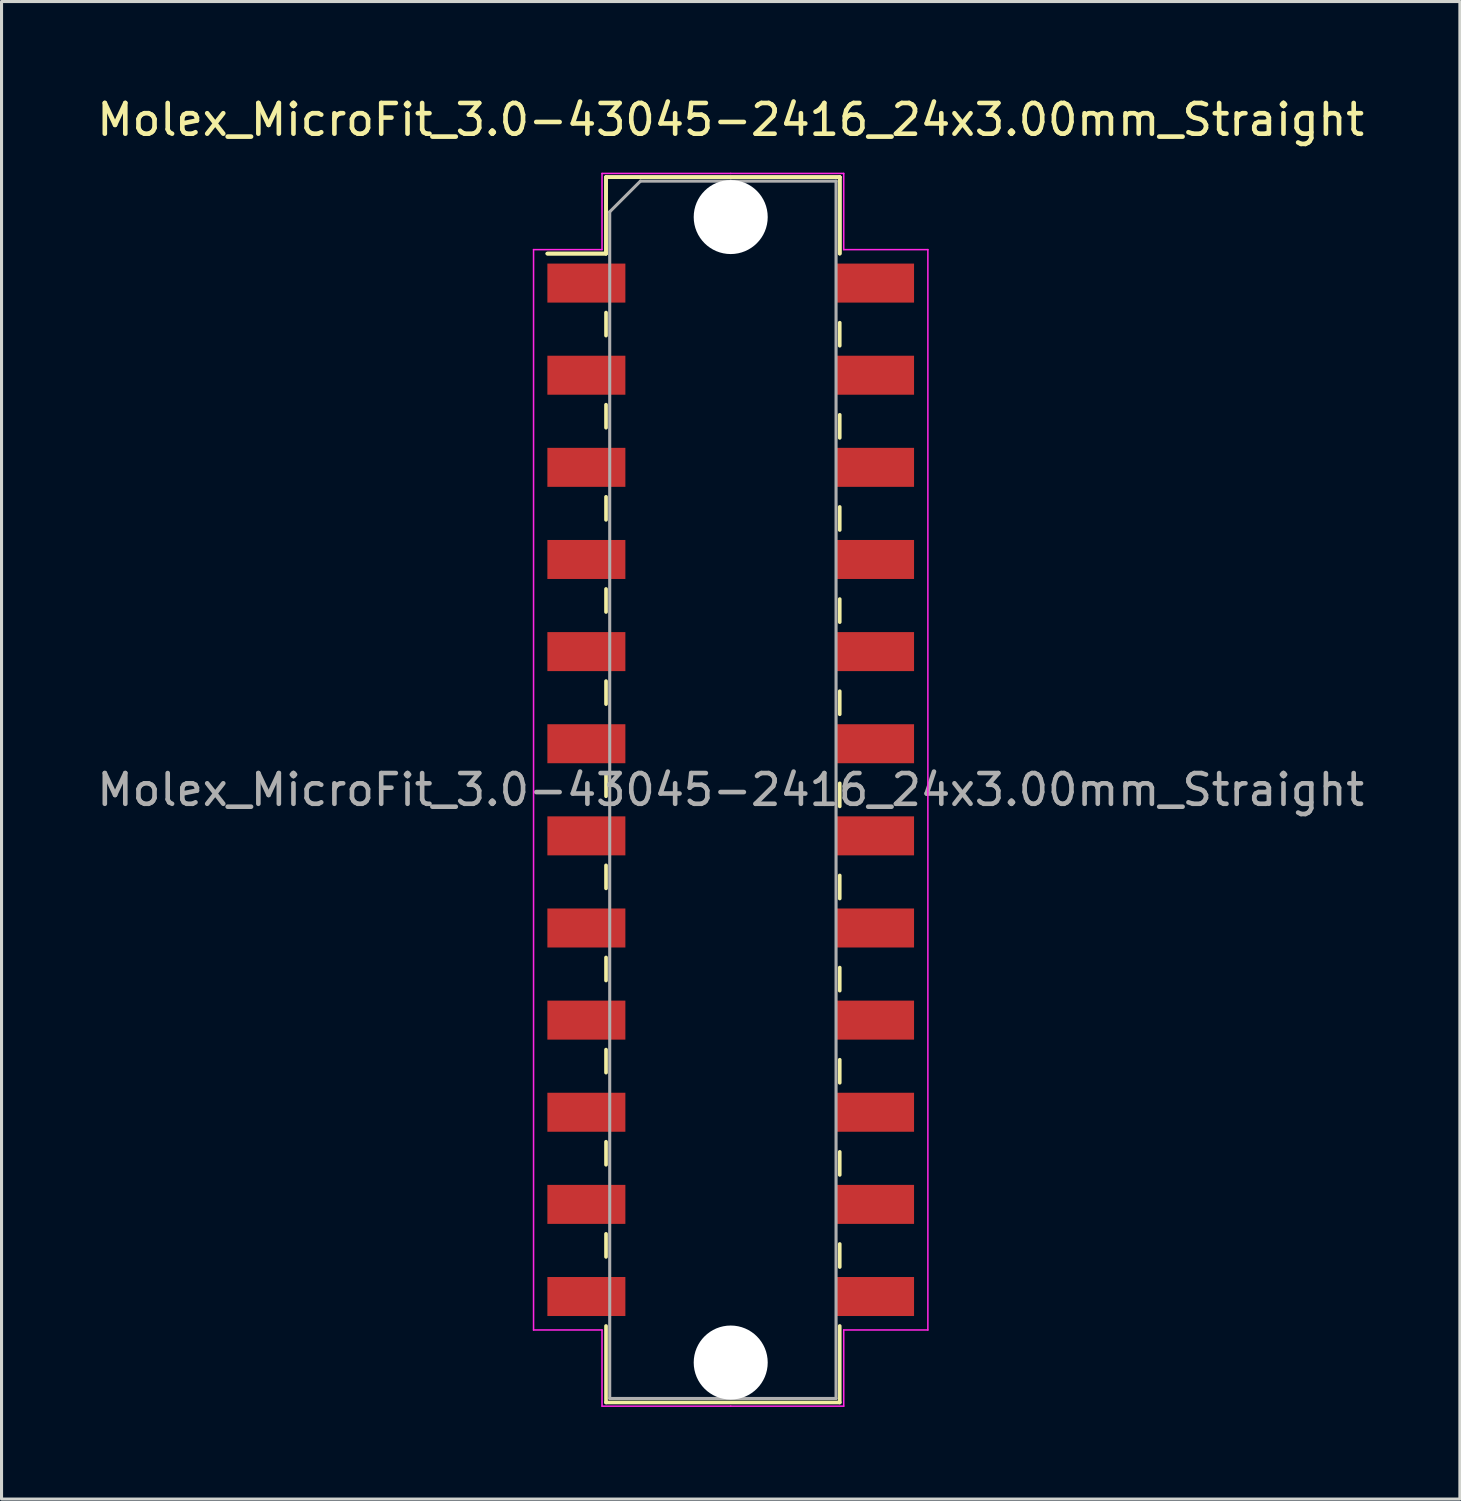
<source format=kicad_pcb>
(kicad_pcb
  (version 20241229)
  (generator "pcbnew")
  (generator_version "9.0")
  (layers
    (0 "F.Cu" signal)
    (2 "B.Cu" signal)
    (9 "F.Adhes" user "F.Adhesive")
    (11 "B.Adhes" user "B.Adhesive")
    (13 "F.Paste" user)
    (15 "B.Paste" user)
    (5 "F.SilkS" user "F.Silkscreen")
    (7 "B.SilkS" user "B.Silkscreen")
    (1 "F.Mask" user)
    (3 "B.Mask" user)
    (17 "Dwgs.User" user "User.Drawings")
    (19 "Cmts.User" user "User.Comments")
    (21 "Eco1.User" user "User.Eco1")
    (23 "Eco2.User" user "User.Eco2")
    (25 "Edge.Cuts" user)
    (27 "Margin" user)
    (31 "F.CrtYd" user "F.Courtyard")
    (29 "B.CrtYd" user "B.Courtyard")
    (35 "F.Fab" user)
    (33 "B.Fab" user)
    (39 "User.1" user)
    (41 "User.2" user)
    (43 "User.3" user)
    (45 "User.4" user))
  (footprint "Molex_MicroFit_3.0-43045-2416_24x3.00mm_Straight"
    (layer "F.Cu")
    (at 20.744 22.668)
    (property "Reference" "Molex_MicroFit_3.0-43045-2416_24x3.00mm_Straight" (at 0 -21.82 0) (layer "F.SilkS") (effects (font (size 1 1) (thickness 0.15))))
    (attr smd)
    (fp_line (start -5.97 -17.46) (end -4.06 -17.46) (stroke (width 0.12) (type solid)) (layer "F.SilkS"))
    (fp_line (start -5.97 -17.46) (end -4.06 -17.46) (stroke (width 0.12) (type solid)) (layer "F.SilkS"))
    (fp_line (start -4.06 -19.95) (end 3.55 -19.95) (stroke (width 0.12) (type solid)) (layer "F.SilkS"))
    (fp_line (start -4.06 -19.95) (end 3.55 -19.95) (stroke (width 0.12) (type solid)) (layer "F.SilkS"))
    (fp_line (start -4.06 -17.46) (end -4.06 -19.95) (stroke (width 0.12) (type solid)) (layer "F.SilkS"))
    (fp_line (start -4.06 -17.46) (end -4.06 -19.95) (stroke (width 0.12) (type solid)) (layer "F.SilkS"))
    (fp_line (start -4.06 -15.54) (end -4.06 -14.79) (stroke (width 0.12) (type solid)) (layer "F.SilkS"))
    (fp_line (start -4.06 -12.54) (end -4.06 -11.79) (stroke (width 0.12) (type solid)) (layer "F.SilkS"))
    (fp_line (start -4.06 -9.54) (end -4.06 -8.79) (stroke (width 0.12) (type solid)) (layer "F.SilkS"))
    (fp_line (start -4.06 -6.54) (end -4.06 -5.79) (stroke (width 0.12) (type solid)) (layer "F.SilkS"))
    (fp_line (start -4.06 -3.54) (end -4.06 -2.79) (stroke (width 0.12) (type solid)) (layer "F.SilkS"))
    (fp_line (start -4.06 -0.54) (end -4.06 0.21) (stroke (width 0.12) (type solid)) (layer "F.SilkS"))
    (fp_line (start -4.06 2.46) (end -4.06 3.21) (stroke (width 0.12) (type solid)) (layer "F.SilkS"))
    (fp_line (start -4.06 5.46) (end -4.06 6.21) (stroke (width 0.12) (type solid)) (layer "F.SilkS"))
    (fp_line (start -4.06 8.46) (end -4.06 9.21) (stroke (width 0.12) (type solid)) (layer "F.SilkS"))
    (fp_line (start -4.06 11.46) (end -4.06 12.21) (stroke (width 0.12) (type solid)) (layer "F.SilkS"))
    (fp_line (start -4.06 14.46) (end -4.06 15.21) (stroke (width 0.12) (type solid)) (layer "F.SilkS"))
    (fp_line (start -4.06 19.95) (end -4.06 17.46) (stroke (width 0.12) (type solid)) (layer "F.SilkS"))
    (fp_line (start 3.55 -19.95) (end 3.55 -17.46) (stroke (width 0.12) (type solid)) (layer "F.SilkS"))
    (fp_line (start 3.55 -19.95) (end 3.55 -17.46) (stroke (width 0.12) (type solid)) (layer "F.SilkS"))
    (fp_line (start 3.55 -14.46) (end 3.55 -15.21) (stroke (width 0.12) (type solid)) (layer "F.SilkS"))
    (fp_line (start 3.55 -11.46) (end 3.55 -12.21) (stroke (width 0.12) (type solid)) (layer "F.SilkS"))
    (fp_line (start 3.55 -8.46) (end 3.55 -9.21) (stroke (width 0.12) (type solid)) (layer "F.SilkS"))
    (fp_line (start 3.55 -5.46) (end 3.55 -6.21) (stroke (width 0.12) (type solid)) (layer "F.SilkS"))
    (fp_line (start 3.55 -2.46) (end 3.55 -3.21) (stroke (width 0.12) (type solid)) (layer "F.SilkS"))
    (fp_line (start 3.55 0.54) (end 3.55 -0.21) (stroke (width 0.12) (type solid)) (layer "F.SilkS"))
    (fp_line (start 3.55 3.54) (end 3.55 2.79) (stroke (width 0.12) (type solid)) (layer "F.SilkS"))
    (fp_line (start 3.55 6.54) (end 3.55 5.79) (stroke (width 0.12) (type solid)) (layer "F.SilkS"))
    (fp_line (start 3.55 9.54) (end 3.55 8.79) (stroke (width 0.12) (type solid)) (layer "F.SilkS"))
    (fp_line (start 3.55 12.54) (end 3.55 11.79) (stroke (width 0.12) (type solid)) (layer "F.SilkS"))
    (fp_line (start 3.55 15.54) (end 3.55 14.79) (stroke (width 0.12) (type solid)) (layer "F.SilkS"))
    (fp_line (start 3.55 17.46) (end 3.55 19.95) (stroke (width 0.12) (type solid)) (layer "F.SilkS"))
    (fp_line (start 3.55 19.95) (end -4.06 19.95) (stroke (width 0.12) (type solid)) (layer "F.SilkS"))
    (fp_line (start -6.42 -17.59) (end -4.19 -17.59) (stroke (width 0.05) (type solid)) (layer "F.CrtYd"))
    (fp_line (start -6.42 17.59) (end -6.42 -17.59) (stroke (width 0.05) (type solid)) (layer "F.CrtYd"))
    (fp_line (start -4.19 -20.07) (end 0 -20.07) (stroke (width 0.05) (type solid)) (layer "F.CrtYd"))
    (fp_line (start -4.19 -17.59) (end -4.19 -20.07) (stroke (width 0.05) (type solid)) (layer "F.CrtYd"))
    (fp_line (start -4.19 17.59) (end -6.42 17.59) (stroke (width 0.05) (type solid)) (layer "F.CrtYd"))
    (fp_line (start -4.19 20.07) (end -4.19 17.59) (stroke (width 0.05) (type solid)) (layer "F.CrtYd"))
    (fp_line (start 0 -20.07) (end 3.68 -20.07) (stroke (width 0.05) (type solid)) (layer "F.CrtYd"))
    (fp_line (start 0 20.07) (end -4.19 20.07) (stroke (width 0.05) (type solid)) (layer "F.CrtYd"))
    (fp_line (start 3.68 -20.07) (end 3.68 -17.59) (stroke (width 0.05) (type solid)) (layer "F.CrtYd"))
    (fp_line (start 3.68 -17.59) (end 6.42 -17.59) (stroke (width 0.05) (type solid)) (layer "F.CrtYd"))
    (fp_line (start 3.68 17.59) (end 3.68 20.07) (stroke (width 0.05) (type solid)) (layer "F.CrtYd"))
    (fp_line (start 3.68 20.07) (end 0 20.07) (stroke (width 0.05) (type solid)) (layer "F.CrtYd"))
    (fp_line (start 6.42 -17.59) (end 6.42 17.59) (stroke (width 0.05) (type solid)) (layer "F.CrtYd"))
    (fp_line (start 6.42 17.59) (end 3.68 17.59) (stroke (width 0.05) (type solid)) (layer "F.CrtYd"))
    (fp_line (start -3.94 -18.82) (end -2.94 -19.82) (stroke (width 0.1) (type solid)) (layer "F.Fab"))
    (fp_line (start -3.94 19.82) (end -3.94 -18.82) (stroke (width 0.1) (type solid)) (layer "F.Fab"))
    (fp_line (start -2.94 -19.82) (end 0 -19.82) (stroke (width 0.1) (type solid)) (layer "F.Fab"))
    (fp_line (start 0 -19.82) (end 3.43 -19.82) (stroke (width 0.1) (type solid)) (layer "F.Fab"))
    (fp_line (start 0 19.82) (end -3.94 19.82) (stroke (width 0.1) (type solid)) (layer "F.Fab"))
    (fp_line (start 3.43 -19.82) (end 3.43 19.82) (stroke (width 0.1) (type solid)) (layer "F.Fab"))
    (fp_line (start 3.43 19.82) (end 0 19.82) (stroke (width 0.1) (type solid)) (layer "F.Fab"))
    (fp_text user "${REFERENCE}" (at 0 0 0) (layer "F.Fab") (effects (font (size 1 1) (thickness 0.15))))
    (pad "" np_thru_hole circle (at 0 -18.65) (size 2.41 2.41) (drill 2.41) (layers "*.Cu"))
    (pad "" np_thru_hole circle (at 0 18.65) (size 2.41 2.41) (drill 2.41) (layers "*.Cu"))
    (pad "1" smd rect (at -4.7 -16.5) (size 2.54 1.27) (layers "F.Cu" "F.Mask" "F.Paste"))
    (pad "2" smd rect (at -4.7 -13.5) (size 2.54 1.27) (layers "F.Cu" "F.Mask" "F.Paste"))
    (pad "3" smd rect (at -4.7 -10.5) (size 2.54 1.27) (layers "F.Cu" "F.Mask" "F.Paste"))
    (pad "4" smd rect (at -4.7 -7.5) (size 2.54 1.27) (layers "F.Cu" "F.Mask" "F.Paste"))
    (pad "5" smd rect (at -4.7 -4.5) (size 2.54 1.27) (layers "F.Cu" "F.Mask" "F.Paste"))
    (pad "6" smd rect (at -4.7 -1.5) (size 2.54 1.27) (layers "F.Cu" "F.Mask" "F.Paste"))
    (pad "7" smd rect (at -4.7 1.5) (size 2.54 1.27) (layers "F.Cu" "F.Mask" "F.Paste"))
    (pad "8" smd rect (at -4.7 4.5) (size 2.54 1.27) (layers "F.Cu" "F.Mask" "F.Paste"))
    (pad "9" smd rect (at -4.7 7.5) (size 2.54 1.27) (layers "F.Cu" "F.Mask" "F.Paste"))
    (pad "10" smd rect (at -4.7 10.5) (size 2.54 1.27) (layers "F.Cu" "F.Mask" "F.Paste"))
    (pad "11" smd rect (at -4.7 13.5) (size 2.54 1.27) (layers "F.Cu" "F.Mask" "F.Paste"))
    (pad "12" smd rect (at -4.7 16.5) (size 2.54 1.27) (layers "F.Cu" "F.Mask" "F.Paste"))
    (pad "13" smd rect (at 4.7 16.5) (size 2.54 1.27) (layers "F.Cu" "F.Mask" "F.Paste"))
    (pad "14" smd rect (at 4.7 13.5) (size 2.54 1.27) (layers "F.Cu" "F.Mask" "F.Paste"))
    (pad "15" smd rect (at 4.7 10.5) (size 2.54 1.27) (layers "F.Cu" "F.Mask" "F.Paste"))
    (pad "16" smd rect (at 4.7 7.5) (size 2.54 1.27) (layers "F.Cu" "F.Mask" "F.Paste"))
    (pad "17" smd rect (at 4.7 4.5) (size 2.54 1.27) (layers "F.Cu" "F.Mask" "F.Paste"))
    (pad "18" smd rect (at 4.7 1.5) (size 2.54 1.27) (layers "F.Cu" "F.Mask" "F.Paste"))
    (pad "19" smd rect (at 4.7 -1.5) (size 2.54 1.27) (layers "F.Cu" "F.Mask" "F.Paste"))
    (pad "20" smd rect (at 4.7 -4.5) (size 2.54 1.27) (layers "F.Cu" "F.Mask" "F.Paste"))
    (pad "21" smd rect (at 4.7 -7.5) (size 2.54 1.27) (layers "F.Cu" "F.Mask" "F.Paste"))
    (pad "22" smd rect (at 4.7 -10.5) (size 2.54 1.27) (layers "F.Cu" "F.Mask" "F.Paste"))
    (pad "23" smd rect (at 4.7 -13.5) (size 2.54 1.27) (layers "F.Cu" "F.Mask" "F.Paste"))
    (pad "24" smd rect (at 4.7 -16.5) (size 2.54 1.27) (layers "F.Cu" "F.Mask" "F.Paste")))
  (gr_rect
    (start -3 -3)
    (end 44.488 45.763)
    (stroke (width 0.1) (type default))
    (fill no)
    (layer "Edge.Cuts")))
</source>
